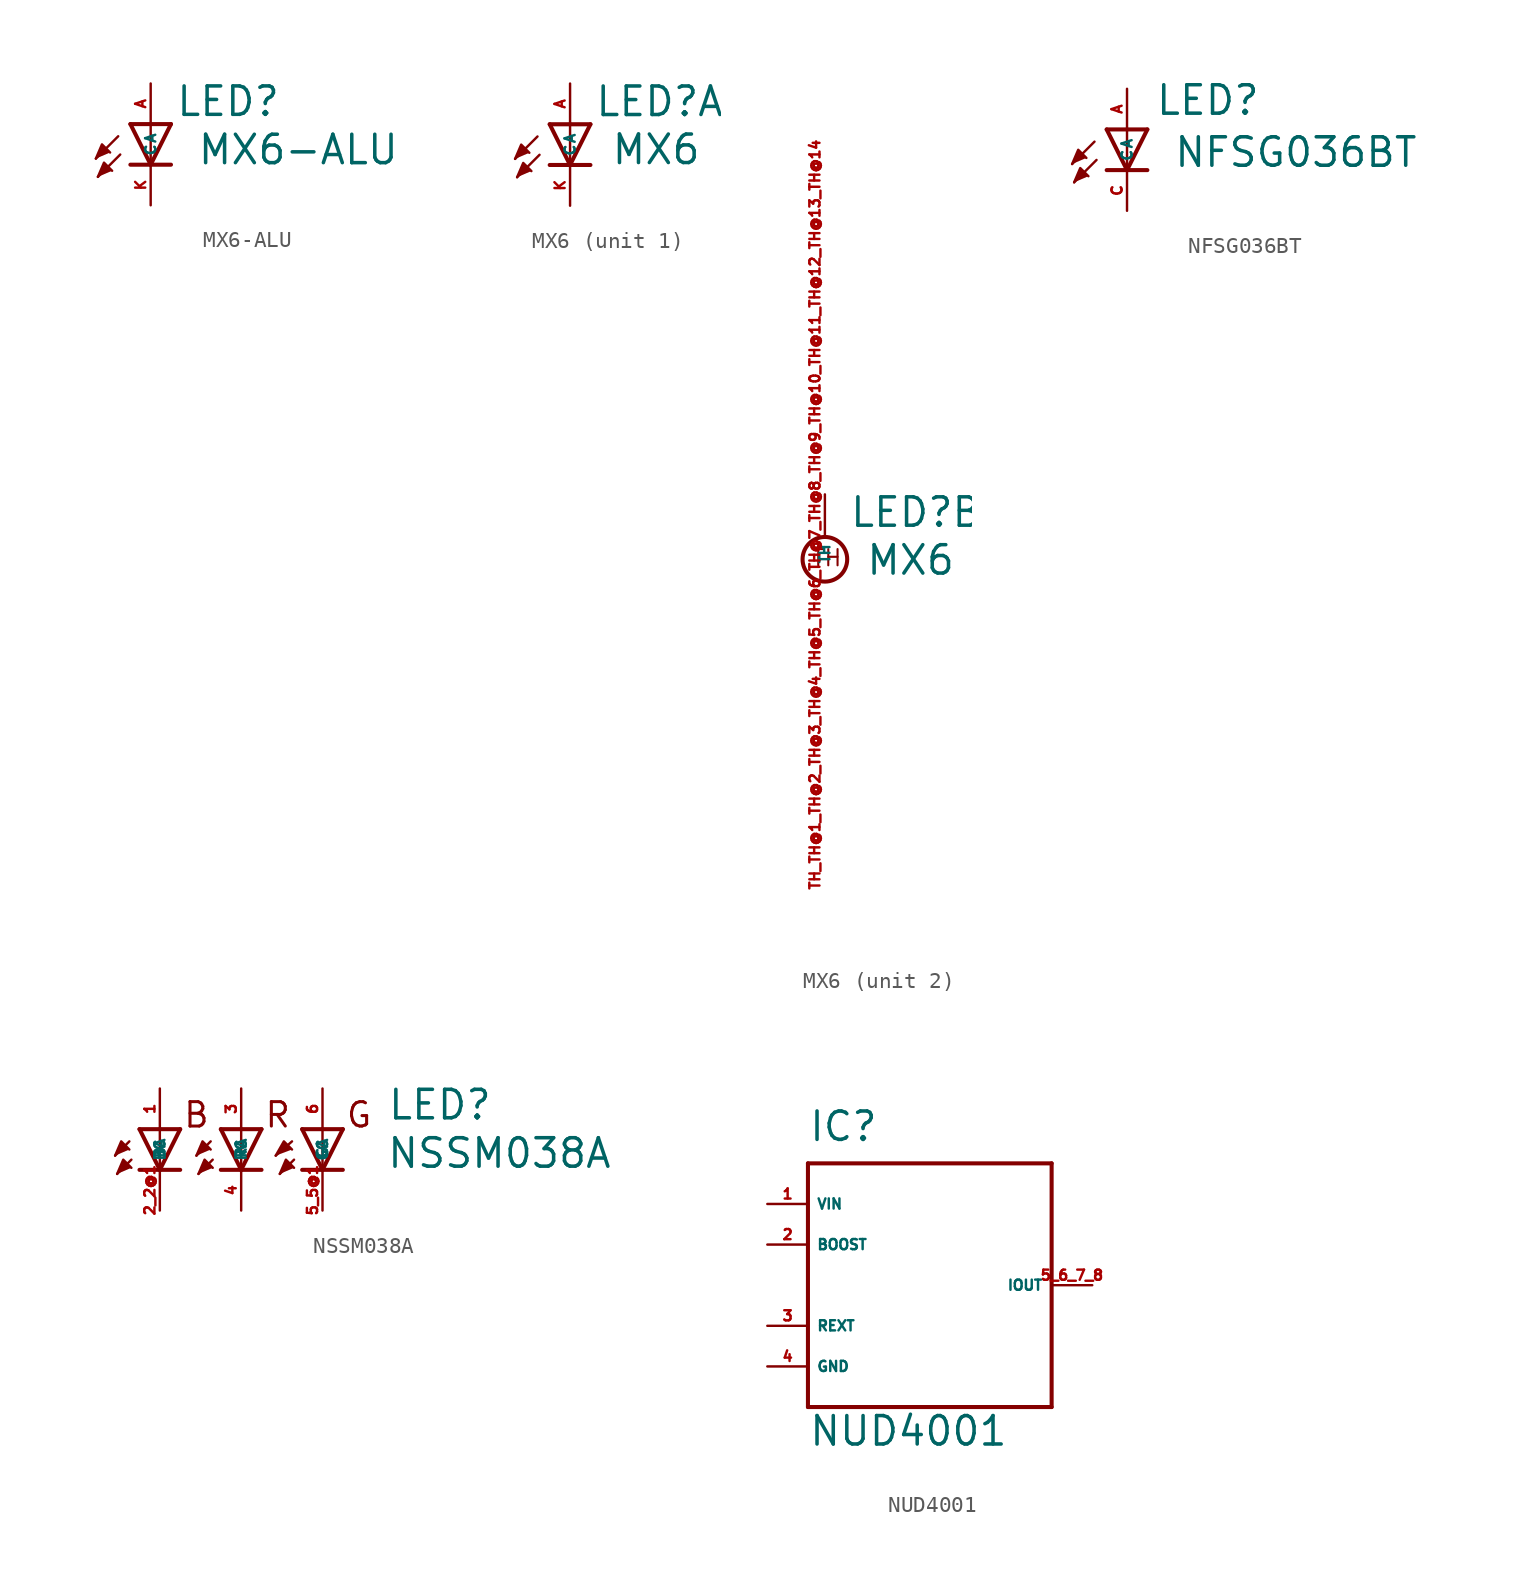
<source format=kicad_sym>
(kicad_symbol_lib
  (version 20220914)
  (generator kicad_symbol_editor)
  (symbol "MX6-ALU"
    (property "Reference" "LED"
      (at 1.524 0.381 0)
      (effects (font (size 1.778 1.778) (thickness 0.22)) (justify left bottom)))
    (property "Value" "MX6-ALU"
      (at 2.87 -2.642 0)
      (effects (font (size 1.778 1.778) (thickness 0.22)) (justify left bottom)))
    (symbol "MX6-ALU_1_1"
      (polyline (pts (xy -2.032 -0.762) (xy -3.429 -2.159)) (stroke (width 0.152) (type default)) (fill (type none)))
      (polyline (pts (xy -1.905 -1.905) (xy -3.302 -3.302)) (stroke (width 0.152) (type default)) (fill (type none)))
      (polyline (pts (xy 0 -2.54) (xy -1.27 -2.54)) (stroke (width 0.254) (type default)) (fill (type none)))
      (polyline (pts (xy 0 -2.54) (xy -1.27 0)) (stroke (width 0.254) (type default)) (fill (type none)))
      (polyline (pts (xy 0 0) (xy -1.27 0)) (stroke (width 0.254) (type default)) (fill (type none)))
      (polyline (pts (xy 0 0) (xy 0 -2.54)) (stroke (width 0.152) (type default)) (fill (type none)))
      (polyline (pts (xy 1.27 -2.54) (xy 0 -2.54)) (stroke (width 0.254) (type default)) (fill (type none)))
      (polyline (pts (xy 1.27 0) (xy 0 -2.54)) (stroke (width 0.254) (type default)) (fill (type none)))
      (polyline (pts (xy 1.27 0) (xy 0 0)) (stroke (width 0.254) (type default)) (fill (type none)))
      (polyline (pts (xy -3.429 -2.159) (xy -3.048 -1.27) (xy -2.54 -1.778)) (stroke (width 0.152) (type default)) (fill (type outline)))
      (polyline (pts (xy -3.302 -3.302) (xy -2.921 -2.413) (xy -2.413 -2.921)) (stroke (width 0.152) (type default)) (fill (type outline)))
      (pin passive line (at 0 2.54 270) (length 2.54) (name "A" (effects (font (size 0.635 0.635)))) (number "A" (effects (font (size 0.635 0.635)))))
      (pin passive line (at 0 -5.08 90) (length 2.54) (name "C" (effects (font (size 0.635 0.635)))) (number "K" (effects (font (size 0.635 0.635)))))))
  (symbol "MX6"
    (property "Reference" "LED"
      (at 1.499 0.381 0)
      (effects (font (size 1.778 1.778) (thickness 0.22)) (justify left bottom)))
    (property "Value" "MX6"
      (at 2.515 -2.616 0)
      (effects (font (size 1.778 1.778) (thickness 0.22)) (justify left bottom)))
    (symbol "MX6_1_0"
      (polyline (pts (xy -2.032 -0.762) (xy -3.429 -2.159)) (stroke (width 0.152) (type default)) (fill (type none)))
      (polyline (pts (xy -1.905 -1.905) (xy -3.302 -3.302)) (stroke (width 0.152) (type default)) (fill (type none)))
      (polyline (pts (xy 0 -2.54) (xy -1.27 -2.54)) (stroke (width 0.254) (type default)) (fill (type none)))
      (polyline (pts (xy 0 -2.54) (xy -1.27 0)) (stroke (width 0.254) (type default)) (fill (type none)))
      (polyline (pts (xy 0 0) (xy -1.27 0)) (stroke (width 0.254) (type default)) (fill (type none)))
      (polyline (pts (xy 0 0) (xy 0 -2.54)) (stroke (width 0.152) (type default)) (fill (type none)))
      (polyline (pts (xy 1.27 -2.54) (xy 0 -2.54)) (stroke (width 0.254) (type default)) (fill (type none)))
      (polyline (pts (xy 1.27 0) (xy 0 -2.54)) (stroke (width 0.254) (type default)) (fill (type none)))
      (polyline (pts (xy 1.27 0) (xy 0 0)) (stroke (width 0.254) (type default)) (fill (type none)))
      (polyline (pts (xy -3.429 -2.159) (xy -3.048 -1.27) (xy -2.54 -1.778)) (stroke (width 0.152) (type default)) (fill (type outline)))
      (polyline (pts (xy -3.302 -3.302) (xy -2.921 -2.413) (xy -2.413 -2.921)) (stroke (width 0.152) (type default)) (fill (type outline)))
      (pin passive line (at 0 2.54 270) (length 2.54) (name "A" (effects (font (size 0.635 0.635)))) (number "A" (effects (font (size 0.635 0.635)))))
      (pin passive line (at 0 -5.08 90) (length 2.54) (name "C" (effects (font (size 0.635 0.635)))) (number "K" (effects (font (size 0.635 0.635))))))
    (symbol "MX6_2_0"
      (circle (center 0 -1.524) (radius 1.397) (stroke (width 0.254) (type default)) (fill (type none)))
      (text "TH" (at -0.889 -2.032 0) (effects (font (size 1.016 1.016) (thickness 0.13)) (justify left bottom)))
      (pin passive line (at 0 2.54 270) (length 2.54) (name "TH" (effects (font (size 0.635 0.635)))) (number "TH_TH@1_TH@2_TH@3_TH@4_TH@5_TH@6_TH@7_TH@8_TH@9_TH@10_TH@11_TH@12_TH@13_TH@14" (effects (font (size 0.635 0.635)))))))
  (symbol "NFSG036BT"
    (property "Reference" "LED"
      (at 1.727 0.787 0)
      (effects (font (size 1.778 1.778) (thickness 0.22)) (justify left bottom)))
    (property "Value" "NFSG036BT"
      (at 2.87 -2.464 0)
      (effects (font (size 1.778 1.778) (thickness 0.22)) (justify left bottom)))
    (symbol "NFSG036BT_1_1"
      (polyline (pts (xy -2.032 -0.762) (xy -3.429 -2.159)) (stroke (width 0.152) (type default)) (fill (type none)))
      (polyline (pts (xy -1.905 -1.905) (xy -3.302 -3.302)) (stroke (width 0.152) (type default)) (fill (type none)))
      (polyline (pts (xy 0 -2.54) (xy -1.27 -2.54)) (stroke (width 0.254) (type default)) (fill (type none)))
      (polyline (pts (xy 0 -2.54) (xy -1.27 0)) (stroke (width 0.254) (type default)) (fill (type none)))
      (polyline (pts (xy 0 0) (xy -1.27 0)) (stroke (width 0.254) (type default)) (fill (type none)))
      (polyline (pts (xy 0 0) (xy 0 -2.54)) (stroke (width 0.152) (type default)) (fill (type none)))
      (polyline (pts (xy 1.27 -2.54) (xy 0 -2.54)) (stroke (width 0.254) (type default)) (fill (type none)))
      (polyline (pts (xy 1.27 0) (xy 0 -2.54)) (stroke (width 0.254) (type default)) (fill (type none)))
      (polyline (pts (xy 1.27 0) (xy 0 0)) (stroke (width 0.254) (type default)) (fill (type none)))
      (polyline (pts (xy -3.429 -2.159) (xy -3.048 -1.27) (xy -2.54 -1.778)) (stroke (width 0.152) (type default)) (fill (type outline)))
      (polyline (pts (xy -3.302 -3.302) (xy -2.921 -2.413) (xy -2.413 -2.921)) (stroke (width 0.152) (type default)) (fill (type outline)))
      (pin passive line (at 0 2.54 270) (length 2.54) (name "A" (effects (font (size 0.635 0.635)))) (number "A" (effects (font (size 0.635 0.635)))))
      (pin passive line (at 0 -5.08 90) (length 2.54) (name "C" (effects (font (size 0.635 0.635)))) (number "C" (effects (font (size 0.635 0.635)))))))
  (symbol "NSSM038A"
    (property "Reference" "LED"
      (at 9.093 3.023 0)
      (effects (font (size 1.778 1.778) (thickness 0.22)) (justify left bottom)))
    (property "Value" "NSSM038A"
      (at 9.042 0 0)
      (effects (font (size 1.778 1.778) (thickness 0.22)) (justify left bottom)))
    (symbol "NSSM038A_1_1"
      (polyline (pts (xy -6.985 1.778) (xy -7.874 0.889)) (stroke (width 0.152) (type default)) (fill (type none)))
      (polyline (pts (xy -6.858 0.635) (xy -7.747 -0.254)) (stroke (width 0.152) (type default)) (fill (type none)))
      (polyline (pts (xy -5.08 0) (xy -6.35 0)) (stroke (width 0.254) (type default)) (fill (type none)))
      (polyline (pts (xy -5.08 0) (xy -6.35 2.54)) (stroke (width 0.254) (type default)) (fill (type none)))
      (polyline (pts (xy -5.08 2.54) (xy -6.35 2.54)) (stroke (width 0.254) (type default)) (fill (type none)))
      (polyline (pts (xy -5.08 2.54) (xy -5.08 0)) (stroke (width 0.152) (type default)) (fill (type none)))
      (polyline (pts (xy -3.81 0) (xy -5.08 0)) (stroke (width 0.254) (type default)) (fill (type none)))
      (polyline (pts (xy -3.81 2.54) (xy -5.08 0)) (stroke (width 0.254) (type default)) (fill (type none)))
      (polyline (pts (xy -3.81 2.54) (xy -5.08 2.54)) (stroke (width 0.254) (type default)) (fill (type none)))
      (polyline (pts (xy -1.905 1.778) (xy -2.794 0.889)) (stroke (width 0.152) (type default)) (fill (type none)))
      (polyline (pts (xy -1.778 0.635) (xy -2.667 -0.254)) (stroke (width 0.152) (type default)) (fill (type none)))
      (polyline (pts (xy 0 0) (xy -1.27 0)) (stroke (width 0.254) (type default)) (fill (type none)))
      (polyline (pts (xy 0 0) (xy -1.27 2.54)) (stroke (width 0.254) (type default)) (fill (type none)))
      (polyline (pts (xy 0 2.54) (xy -1.27 2.54)) (stroke (width 0.254) (type default)) (fill (type none)))
      (polyline (pts (xy 0 2.54) (xy 0 0)) (stroke (width 0.152) (type default)) (fill (type none)))
      (polyline (pts (xy 1.27 0) (xy 0 0)) (stroke (width 0.254) (type default)) (fill (type none)))
      (polyline (pts (xy 1.27 2.54) (xy 0 0)) (stroke (width 0.254) (type default)) (fill (type none)))
      (polyline (pts (xy 1.27 2.54) (xy 0 2.54)) (stroke (width 0.254) (type default)) (fill (type none)))
      (polyline (pts (xy 3.175 1.778) (xy 2.159 0.889)) (stroke (width 0.152) (type default)) (fill (type none)))
      (polyline (pts (xy 3.302 0.635) (xy 2.413 -0.254)) (stroke (width 0.152) (type default)) (fill (type none)))
      (polyline (pts (xy 5.08 0) (xy 3.81 0)) (stroke (width 0.254) (type default)) (fill (type none)))
      (polyline (pts (xy 5.08 0) (xy 3.81 2.54)) (stroke (width 0.254) (type default)) (fill (type none)))
      (polyline (pts (xy 5.08 2.54) (xy 3.81 2.54)) (stroke (width 0.254) (type default)) (fill (type none)))
      (polyline (pts (xy 5.08 2.54) (xy 5.08 0)) (stroke (width 0.152) (type default)) (fill (type none)))
      (polyline (pts (xy 6.35 0) (xy 5.08 0)) (stroke (width 0.254) (type default)) (fill (type none)))
      (polyline (pts (xy 6.35 2.54) (xy 5.08 0)) (stroke (width 0.254) (type default)) (fill (type none)))
      (polyline (pts (xy 6.35 2.54) (xy 5.08 2.54)) (stroke (width 0.254) (type default)) (fill (type none)))
      (polyline (pts (xy -7.874 0.889) (xy -7.493 1.778) (xy -6.985 1.27)) (stroke (width 0.152) (type default)) (fill (type outline)))
      (polyline (pts (xy -7.747 -0.254) (xy -7.366 0.635) (xy -6.858 0.127)) (stroke (width 0.152) (type default)) (fill (type outline)))
      (polyline (pts (xy -2.794 0.889) (xy -2.413 1.778) (xy -1.905 1.27)) (stroke (width 0.152) (type default)) (fill (type outline)))
      (polyline (pts (xy -2.667 -0.254) (xy -2.286 0.635) (xy -1.778 0.127)) (stroke (width 0.152) (type default)) (fill (type outline)))
      (polyline (pts (xy 2.159 0.889) (xy 2.667 1.778) (xy 3.175 1.27)) (stroke (width 0.152) (type default)) (fill (type outline)))
      (polyline (pts (xy 2.413 -0.254) (xy 2.794 0.635) (xy 3.302 0.127)) (stroke (width 0.152) (type default)) (fill (type outline)))
      (text "B" (at -3.683 2.54 0) (effects (font (size 1.524 1.524) (thickness 0.19)) (justify left bottom)))
      (text "G" (at 6.477 2.54 0) (effects (font (size 1.524 1.524) (thickness 0.19)) (justify left bottom)))
      (text "R" (at 1.397 2.54 0) (effects (font (size 1.524 1.524) (thickness 0.19)) (justify left bottom)))
      (pin passive line (at -5.08 5.08 270) (length 2.54) (name "BA" (effects (font (size 0.635 0.635)))) (number "1" (effects (font (size 0.635 0.635)))))
      (pin passive line (at -5.08 -2.54 90) (length 2.54) (name "BC" (effects (font (size 0.635 0.635)))) (number "2_2@1" (effects (font (size 0.635 0.635)))))
      (pin passive line (at 0 5.08 270) (length 2.54) (name "RA" (effects (font (size 0.635 0.635)))) (number "3" (effects (font (size 0.635 0.635)))))
      (pin passive line (at 0 -2.54 90) (length 2.54) (name "RC" (effects (font (size 0.635 0.635)))) (number "4" (effects (font (size 0.635 0.635)))))
      (pin passive line (at 5.08 -2.54 90) (length 2.54) (name "GC" (effects (font (size 0.635 0.635)))) (number "5_5@1" (effects (font (size 0.635 0.635)))))
      (pin passive line (at 5.08 5.08 270) (length 2.54) (name "GA" (effects (font (size 0.635 0.635)))) (number "6" (effects (font (size 0.635 0.635)))))))
  (symbol "NUD4001"
    (property "Reference" "IC"
      (at -7.62 8.89 0)
      (effects (font (size 1.778 1.778) (thickness 0.22)) (justify left bottom)))
    (property "Value" "NUD4001"
      (at -7.62 -10.16 0)
      (effects (font (size 1.778 1.778) (thickness 0.22)) (justify left bottom)))
    (symbol "NUD4001_1_1"
      (polyline (pts (xy -7.62 -7.62) (xy -7.62 7.62)) (stroke (width 0.254) (type default)) (fill (type none)))
      (polyline (pts (xy -7.62 7.62) (xy 7.62 7.62)) (stroke (width 0.254) (type default)) (fill (type none)))
      (polyline (pts (xy 7.62 -7.62) (xy -7.62 -7.62)) (stroke (width 0.254) (type default)) (fill (type none)))
      (polyline (pts (xy 7.62 7.62) (xy 7.62 -7.62)) (stroke (width 0.254) (type default)) (fill (type none)))
      (pin input line (at -10.16 5.08 0) (length 2.54) (name "VIN" (effects (font (size 0.635 0.635)))) (number "1" (effects (font (size 0.635 0.635)))))
      (pin passive line (at -10.16 2.54 0) (length 2.54) (name "BOOST" (effects (font (size 0.635 0.635)))) (number "2" (effects (font (size 0.635 0.635)))))
      (pin passive line (at -10.16 -2.54 0) (length 2.54) (name "REXT" (effects (font (size 0.635 0.635)))) (number "3" (effects (font (size 0.635 0.635)))))
      (pin unspecified line (at -10.16 -5.08 0) (length 2.54) (name "GND" (effects (font (size 0.635 0.635)))) (number "4" (effects (font (size 0.635 0.635)))))
      (pin passive line (at 10.16 0 180) (length 2.54) (name "IOUT" (effects (font (size 0.635 0.635)))) (number "5_6_7_8" (effects (font (size 0.635 0.635))))))))
</source>
